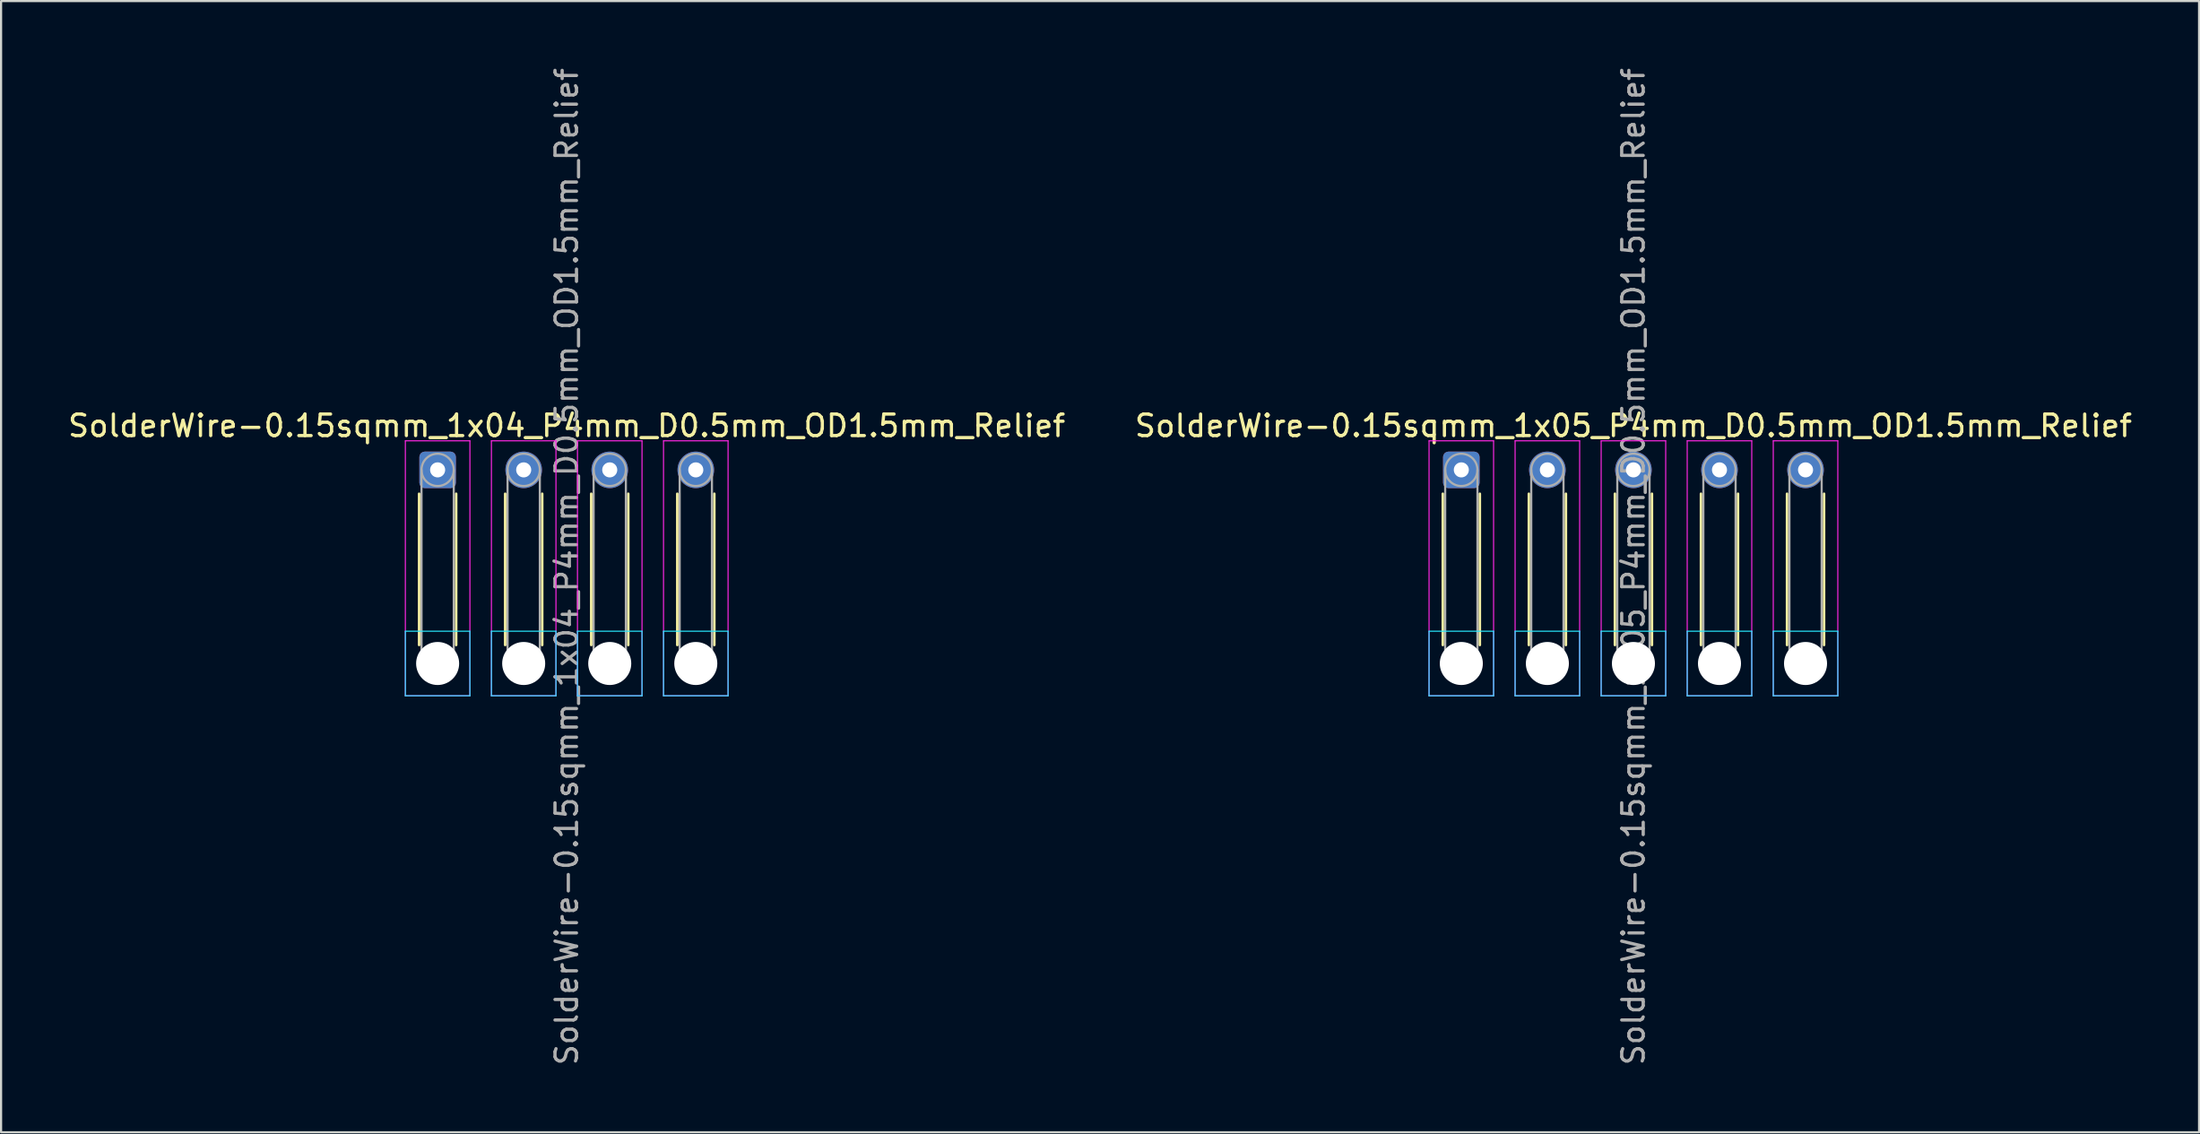
<source format=kicad_pcb>
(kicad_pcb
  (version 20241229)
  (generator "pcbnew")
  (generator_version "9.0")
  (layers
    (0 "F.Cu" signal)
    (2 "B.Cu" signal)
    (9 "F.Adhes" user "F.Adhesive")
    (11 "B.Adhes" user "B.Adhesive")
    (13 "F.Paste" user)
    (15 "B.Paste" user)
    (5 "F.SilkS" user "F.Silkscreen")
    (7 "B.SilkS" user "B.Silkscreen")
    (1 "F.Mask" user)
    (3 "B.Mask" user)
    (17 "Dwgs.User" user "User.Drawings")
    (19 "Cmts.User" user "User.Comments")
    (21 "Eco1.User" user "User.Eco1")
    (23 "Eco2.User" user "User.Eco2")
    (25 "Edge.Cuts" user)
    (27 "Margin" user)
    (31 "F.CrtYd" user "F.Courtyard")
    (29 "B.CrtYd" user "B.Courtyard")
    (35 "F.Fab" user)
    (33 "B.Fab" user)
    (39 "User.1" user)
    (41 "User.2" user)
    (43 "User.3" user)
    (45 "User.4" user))
  (footprint "SolderWire-0.15sqmm_1x04_P4mm_D0.5mm_OD1.5mm_Relief"
    (layer "F.Cu")
    (at 17.292 18.792)
    (property "Reference" "SolderWire-0.15sqmm_1x04_P4mm_D0.5mm_OD1.5mm_Relief" (at 6 -2.05 0) (layer "F.SilkS") (effects (font (size 1 1) (thickness 0.15))))
    (attr exclude_from_pos_files exclude_from_bom)
    (fp_line (start -0.86 1.11) (end -0.86 8.14) (stroke (width 0.12) (type solid)) (layer "F.SilkS"))
    (fp_line (start 0.86 1.11) (end 0.86 8.14) (stroke (width 0.12) (type solid)) (layer "F.SilkS"))
    (fp_line (start 3.14 1.11) (end 3.14 8.14) (stroke (width 0.12) (type solid)) (layer "F.SilkS"))
    (fp_line (start 4.86 1.11) (end 4.86 8.14) (stroke (width 0.12) (type solid)) (layer "F.SilkS"))
    (fp_line (start 7.14 1.11) (end 7.14 8.14) (stroke (width 0.12) (type solid)) (layer "F.SilkS"))
    (fp_line (start 8.86 1.11) (end 8.86 8.14) (stroke (width 0.12) (type solid)) (layer "F.SilkS"))
    (fp_line (start 11.14 1.11) (end 11.14 8.14) (stroke (width 0.12) (type solid)) (layer "F.SilkS"))
    (fp_line (start 12.86 1.11) (end 12.86 8.14) (stroke (width 0.12) (type solid)) (layer "F.SilkS"))
    (fp_line (start -1.5 7.5) (end -1.5 10.5) (stroke (width 0.05) (type solid)) (layer "B.CrtYd"))
    (fp_line (start -1.5 10.5) (end 1.5 10.5) (stroke (width 0.05) (type solid)) (layer "B.CrtYd"))
    (fp_line (start 1.5 7.5) (end -1.5 7.5) (stroke (width 0.05) (type solid)) (layer "B.CrtYd"))
    (fp_line (start 1.5 10.5) (end 1.5 7.5) (stroke (width 0.05) (type solid)) (layer "B.CrtYd"))
    (fp_line (start 2.5 7.5) (end 2.5 10.5) (stroke (width 0.05) (type solid)) (layer "B.CrtYd"))
    (fp_line (start 2.5 10.5) (end 5.5 10.5) (stroke (width 0.05) (type solid)) (layer "B.CrtYd"))
    (fp_line (start 5.5 7.5) (end 2.5 7.5) (stroke (width 0.05) (type solid)) (layer "B.CrtYd"))
    (fp_line (start 5.5 10.5) (end 5.5 7.5) (stroke (width 0.05) (type solid)) (layer "B.CrtYd"))
    (fp_line (start 6.5 7.5) (end 6.5 10.5) (stroke (width 0.05) (type solid)) (layer "B.CrtYd"))
    (fp_line (start 6.5 10.5) (end 9.5 10.5) (stroke (width 0.05) (type solid)) (layer "B.CrtYd"))
    (fp_line (start 9.5 7.5) (end 6.5 7.5) (stroke (width 0.05) (type solid)) (layer "B.CrtYd"))
    (fp_line (start 9.5 10.5) (end 9.5 7.5) (stroke (width 0.05) (type solid)) (layer "B.CrtYd"))
    (fp_line (start 10.5 7.5) (end 10.5 10.5) (stroke (width 0.05) (type solid)) (layer "B.CrtYd"))
    (fp_line (start 10.5 10.5) (end 13.5 10.5) (stroke (width 0.05) (type solid)) (layer "B.CrtYd"))
    (fp_line (start 13.5 7.5) (end 10.5 7.5) (stroke (width 0.05) (type solid)) (layer "B.CrtYd"))
    (fp_line (start 13.5 10.5) (end 13.5 7.5) (stroke (width 0.05) (type solid)) (layer "B.CrtYd"))
    (fp_line (start -1.5 -1.35) (end -1.5 10.5) (stroke (width 0.05) (type solid)) (layer "F.CrtYd"))
    (fp_line (start -1.5 10.5) (end 1.5 10.5) (stroke (width 0.05) (type solid)) (layer "F.CrtYd"))
    (fp_line (start 1.5 -1.35) (end -1.5 -1.35) (stroke (width 0.05) (type solid)) (layer "F.CrtYd"))
    (fp_line (start 1.5 10.5) (end 1.5 -1.35) (stroke (width 0.05) (type solid)) (layer "F.CrtYd"))
    (fp_line (start 2.5 -1.35) (end 2.5 10.5) (stroke (width 0.05) (type solid)) (layer "F.CrtYd"))
    (fp_line (start 2.5 10.5) (end 5.5 10.5) (stroke (width 0.05) (type solid)) (layer "F.CrtYd"))
    (fp_line (start 5.5 -1.35) (end 2.5 -1.35) (stroke (width 0.05) (type solid)) (layer "F.CrtYd"))
    (fp_line (start 5.5 10.5) (end 5.5 -1.35) (stroke (width 0.05) (type solid)) (layer "F.CrtYd"))
    (fp_line (start 6.5 -1.35) (end 6.5 10.5) (stroke (width 0.05) (type solid)) (layer "F.CrtYd"))
    (fp_line (start 6.5 10.5) (end 9.5 10.5) (stroke (width 0.05) (type solid)) (layer "F.CrtYd"))
    (fp_line (start 9.5 -1.35) (end 6.5 -1.35) (stroke (width 0.05) (type solid)) (layer "F.CrtYd"))
    (fp_line (start 9.5 10.5) (end 9.5 -1.35) (stroke (width 0.05) (type solid)) (layer "F.CrtYd"))
    (fp_line (start 10.5 -1.35) (end 10.5 10.5) (stroke (width 0.05) (type solid)) (layer "F.CrtYd"))
    (fp_line (start 10.5 10.5) (end 13.5 10.5) (stroke (width 0.05) (type solid)) (layer "F.CrtYd"))
    (fp_line (start 13.5 -1.35) (end 10.5 -1.35) (stroke (width 0.05) (type solid)) (layer "F.CrtYd"))
    (fp_line (start 13.5 10.5) (end 13.5 -1.35) (stroke (width 0.05) (type solid)) (layer "F.CrtYd"))
    (fp_line (start -0.75 0) (end -0.75 9) (stroke (width 0.1) (type solid)) (layer "F.Fab"))
    (fp_line (start 0.75 0) (end 0.75 9) (stroke (width 0.1) (type solid)) (layer "F.Fab"))
    (fp_line (start 3.25 0) (end 3.25 9) (stroke (width 0.1) (type solid)) (layer "F.Fab"))
    (fp_line (start 4.75 0) (end 4.75 9) (stroke (width 0.1) (type solid)) (layer "F.Fab"))
    (fp_line (start 7.25 0) (end 7.25 9) (stroke (width 0.1) (type solid)) (layer "F.Fab"))
    (fp_line (start 8.75 0) (end 8.75 9) (stroke (width 0.1) (type solid)) (layer "F.Fab"))
    (fp_line (start 11.25 0) (end 11.25 9) (stroke (width 0.1) (type solid)) (layer "F.Fab"))
    (fp_line (start 12.75 0) (end 12.75 9) (stroke (width 0.1) (type solid)) (layer "F.Fab"))
    (fp_circle (center 0 0) (end 0.75 0) (stroke (width 0.1) (type solid)) (fill no) (layer "F.Fab"))
    (fp_circle (center 0 9) (end 0.75 9) (stroke (width 0.1) (type solid)) (fill no) (layer "F.Fab"))
    (fp_circle (center 4 0) (end 4.75 0) (stroke (width 0.1) (type solid)) (fill no) (layer "F.Fab"))
    (fp_circle (center 4 9) (end 4.75 9) (stroke (width 0.1) (type solid)) (fill no) (layer "F.Fab"))
    (fp_circle (center 8 0) (end 8.75 0) (stroke (width 0.1) (type solid)) (fill no) (layer "F.Fab"))
    (fp_circle (center 8 9) (end 8.75 9) (stroke (width 0.1) (type solid)) (fill no) (layer "F.Fab"))
    (fp_circle (center 12 0) (end 12.75 0) (stroke (width 0.1) (type solid)) (fill no) (layer "F.Fab"))
    (fp_circle (center 12 9) (end 12.75 9) (stroke (width 0.1) (type solid)) (fill no) (layer "F.Fab"))
    (fp_text user "${REFERENCE}" (at 6 4.5 90) (layer "F.Fab") (effects (font (size 1 1) (thickness 0.15))))
    (pad "" np_thru_hole circle (at 0 9) (size 2 2) (drill 2) (layers "*.Cu" "*.Mask"))
    (pad "" np_thru_hole circle (at 4 9) (size 2 2) (drill 2) (layers "*.Cu" "*.Mask"))
    (pad "" np_thru_hole circle (at 8 9) (size 2 2) (drill 2) (layers "*.Cu" "*.Mask"))
    (pad "" np_thru_hole circle (at 12 9) (size 2 2) (drill 2) (layers "*.Cu" "*.Mask"))
    (pad "1" thru_hole roundrect (at 0 0) (size 1.7 1.7) (drill 0.7) (layers "*.Cu" "*.Mask") (roundrect_rratio 0.147))
    (pad "2" thru_hole circle (at 4 0) (size 1.7 1.7) (drill 0.7) (layers "*.Cu" "*.Mask"))
    (pad "3" thru_hole circle (at 8 0) (size 1.7 1.7) (drill 0.7) (layers "*.Cu" "*.Mask"))
    (pad "4" thru_hole circle (at 12 0) (size 1.7 1.7) (drill 0.7) (layers "*.Cu" "*.Mask")))
  (footprint "SolderWire-0.15sqmm_1x05_P4mm_D0.5mm_OD1.5mm_Relief"
    (layer "F.Cu")
    (at 64.875 18.792)
    (property "Reference" "SolderWire-0.15sqmm_1x05_P4mm_D0.5mm_OD1.5mm_Relief" (at 8 -2.05 0) (layer "F.SilkS") (effects (font (size 1 1) (thickness 0.15))))
    (attr exclude_from_pos_files exclude_from_bom)
    (fp_line (start -0.86 1.11) (end -0.86 8.14) (stroke (width 0.12) (type solid)) (layer "F.SilkS"))
    (fp_line (start 0.86 1.11) (end 0.86 8.14) (stroke (width 0.12) (type solid)) (layer "F.SilkS"))
    (fp_line (start 3.14 1.11) (end 3.14 8.14) (stroke (width 0.12) (type solid)) (layer "F.SilkS"))
    (fp_line (start 4.86 1.11) (end 4.86 8.14) (stroke (width 0.12) (type solid)) (layer "F.SilkS"))
    (fp_line (start 7.14 1.11) (end 7.14 8.14) (stroke (width 0.12) (type solid)) (layer "F.SilkS"))
    (fp_line (start 8.86 1.11) (end 8.86 8.14) (stroke (width 0.12) (type solid)) (layer "F.SilkS"))
    (fp_line (start 11.14 1.11) (end 11.14 8.14) (stroke (width 0.12) (type solid)) (layer "F.SilkS"))
    (fp_line (start 12.86 1.11) (end 12.86 8.14) (stroke (width 0.12) (type solid)) (layer "F.SilkS"))
    (fp_line (start 15.14 1.11) (end 15.14 8.14) (stroke (width 0.12) (type solid)) (layer "F.SilkS"))
    (fp_line (start 16.86 1.11) (end 16.86 8.14) (stroke (width 0.12) (type solid)) (layer "F.SilkS"))
    (fp_line (start -1.5 7.5) (end -1.5 10.5) (stroke (width 0.05) (type solid)) (layer "B.CrtYd"))
    (fp_line (start -1.5 10.5) (end 1.5 10.5) (stroke (width 0.05) (type solid)) (layer "B.CrtYd"))
    (fp_line (start 1.5 7.5) (end -1.5 7.5) (stroke (width 0.05) (type solid)) (layer "B.CrtYd"))
    (fp_line (start 1.5 10.5) (end 1.5 7.5) (stroke (width 0.05) (type solid)) (layer "B.CrtYd"))
    (fp_line (start 2.5 7.5) (end 2.5 10.5) (stroke (width 0.05) (type solid)) (layer "B.CrtYd"))
    (fp_line (start 2.5 10.5) (end 5.5 10.5) (stroke (width 0.05) (type solid)) (layer "B.CrtYd"))
    (fp_line (start 5.5 7.5) (end 2.5 7.5) (stroke (width 0.05) (type solid)) (layer "B.CrtYd"))
    (fp_line (start 5.5 10.5) (end 5.5 7.5) (stroke (width 0.05) (type solid)) (layer "B.CrtYd"))
    (fp_line (start 6.5 7.5) (end 6.5 10.5) (stroke (width 0.05) (type solid)) (layer "B.CrtYd"))
    (fp_line (start 6.5 10.5) (end 9.5 10.5) (stroke (width 0.05) (type solid)) (layer "B.CrtYd"))
    (fp_line (start 9.5 7.5) (end 6.5 7.5) (stroke (width 0.05) (type solid)) (layer "B.CrtYd"))
    (fp_line (start 9.5 10.5) (end 9.5 7.5) (stroke (width 0.05) (type solid)) (layer "B.CrtYd"))
    (fp_line (start 10.5 7.5) (end 10.5 10.5) (stroke (width 0.05) (type solid)) (layer "B.CrtYd"))
    (fp_line (start 10.5 10.5) (end 13.5 10.5) (stroke (width 0.05) (type solid)) (layer "B.CrtYd"))
    (fp_line (start 13.5 7.5) (end 10.5 7.5) (stroke (width 0.05) (type solid)) (layer "B.CrtYd"))
    (fp_line (start 13.5 10.5) (end 13.5 7.5) (stroke (width 0.05) (type solid)) (layer "B.CrtYd"))
    (fp_line (start 14.5 7.5) (end 14.5 10.5) (stroke (width 0.05) (type solid)) (layer "B.CrtYd"))
    (fp_line (start 14.5 10.5) (end 17.5 10.5) (stroke (width 0.05) (type solid)) (layer "B.CrtYd"))
    (fp_line (start 17.5 7.5) (end 14.5 7.5) (stroke (width 0.05) (type solid)) (layer "B.CrtYd"))
    (fp_line (start 17.5 10.5) (end 17.5 7.5) (stroke (width 0.05) (type solid)) (layer "B.CrtYd"))
    (fp_line (start -1.5 -1.35) (end -1.5 10.5) (stroke (width 0.05) (type solid)) (layer "F.CrtYd"))
    (fp_line (start -1.5 10.5) (end 1.5 10.5) (stroke (width 0.05) (type solid)) (layer "F.CrtYd"))
    (fp_line (start 1.5 -1.35) (end -1.5 -1.35) (stroke (width 0.05) (type solid)) (layer "F.CrtYd"))
    (fp_line (start 1.5 10.5) (end 1.5 -1.35) (stroke (width 0.05) (type solid)) (layer "F.CrtYd"))
    (fp_line (start 2.5 -1.35) (end 2.5 10.5) (stroke (width 0.05) (type solid)) (layer "F.CrtYd"))
    (fp_line (start 2.5 10.5) (end 5.5 10.5) (stroke (width 0.05) (type solid)) (layer "F.CrtYd"))
    (fp_line (start 5.5 -1.35) (end 2.5 -1.35) (stroke (width 0.05) (type solid)) (layer "F.CrtYd"))
    (fp_line (start 5.5 10.5) (end 5.5 -1.35) (stroke (width 0.05) (type solid)) (layer "F.CrtYd"))
    (fp_line (start 6.5 -1.35) (end 6.5 10.5) (stroke (width 0.05) (type solid)) (layer "F.CrtYd"))
    (fp_line (start 6.5 10.5) (end 9.5 10.5) (stroke (width 0.05) (type solid)) (layer "F.CrtYd"))
    (fp_line (start 9.5 -1.35) (end 6.5 -1.35) (stroke (width 0.05) (type solid)) (layer "F.CrtYd"))
    (fp_line (start 9.5 10.5) (end 9.5 -1.35) (stroke (width 0.05) (type solid)) (layer "F.CrtYd"))
    (fp_line (start 10.5 -1.35) (end 10.5 10.5) (stroke (width 0.05) (type solid)) (layer "F.CrtYd"))
    (fp_line (start 10.5 10.5) (end 13.5 10.5) (stroke (width 0.05) (type solid)) (layer "F.CrtYd"))
    (fp_line (start 13.5 -1.35) (end 10.5 -1.35) (stroke (width 0.05) (type solid)) (layer "F.CrtYd"))
    (fp_line (start 13.5 10.5) (end 13.5 -1.35) (stroke (width 0.05) (type solid)) (layer "F.CrtYd"))
    (fp_line (start 14.5 -1.35) (end 14.5 10.5) (stroke (width 0.05) (type solid)) (layer "F.CrtYd"))
    (fp_line (start 14.5 10.5) (end 17.5 10.5) (stroke (width 0.05) (type solid)) (layer "F.CrtYd"))
    (fp_line (start 17.5 -1.35) (end 14.5 -1.35) (stroke (width 0.05) (type solid)) (layer "F.CrtYd"))
    (fp_line (start 17.5 10.5) (end 17.5 -1.35) (stroke (width 0.05) (type solid)) (layer "F.CrtYd"))
    (fp_line (start -0.75 0) (end -0.75 9) (stroke (width 0.1) (type solid)) (layer "F.Fab"))
    (fp_line (start 0.75 0) (end 0.75 9) (stroke (width 0.1) (type solid)) (layer "F.Fab"))
    (fp_line (start 3.25 0) (end 3.25 9) (stroke (width 0.1) (type solid)) (layer "F.Fab"))
    (fp_line (start 4.75 0) (end 4.75 9) (stroke (width 0.1) (type solid)) (layer "F.Fab"))
    (fp_line (start 7.25 0) (end 7.25 9) (stroke (width 0.1) (type solid)) (layer "F.Fab"))
    (fp_line (start 8.75 0) (end 8.75 9) (stroke (width 0.1) (type solid)) (layer "F.Fab"))
    (fp_line (start 11.25 0) (end 11.25 9) (stroke (width 0.1) (type solid)) (layer "F.Fab"))
    (fp_line (start 12.75 0) (end 12.75 9) (stroke (width 0.1) (type solid)) (layer "F.Fab"))
    (fp_line (start 15.25 0) (end 15.25 9) (stroke (width 0.1) (type solid)) (layer "F.Fab"))
    (fp_line (start 16.75 0) (end 16.75 9) (stroke (width 0.1) (type solid)) (layer "F.Fab"))
    (fp_circle (center 0 0) (end 0.75 0) (stroke (width 0.1) (type solid)) (fill no) (layer "F.Fab"))
    (fp_circle (center 0 9) (end 0.75 9) (stroke (width 0.1) (type solid)) (fill no) (layer "F.Fab"))
    (fp_circle (center 4 0) (end 4.75 0) (stroke (width 0.1) (type solid)) (fill no) (layer "F.Fab"))
    (fp_circle (center 4 9) (end 4.75 9) (stroke (width 0.1) (type solid)) (fill no) (layer "F.Fab"))
    (fp_circle (center 8 0) (end 8.75 0) (stroke (width 0.1) (type solid)) (fill no) (layer "F.Fab"))
    (fp_circle (center 8 9) (end 8.75 9) (stroke (width 0.1) (type solid)) (fill no) (layer "F.Fab"))
    (fp_circle (center 12 0) (end 12.75 0) (stroke (width 0.1) (type solid)) (fill no) (layer "F.Fab"))
    (fp_circle (center 12 9) (end 12.75 9) (stroke (width 0.1) (type solid)) (fill no) (layer "F.Fab"))
    (fp_circle (center 16 0) (end 16.75 0) (stroke (width 0.1) (type solid)) (fill no) (layer "F.Fab"))
    (fp_circle (center 16 9) (end 16.75 9) (stroke (width 0.1) (type solid)) (fill no) (layer "F.Fab"))
    (fp_text user "${REFERENCE}" (at 8 4.5 90) (layer "F.Fab") (effects (font (size 1 1) (thickness 0.15))))
    (pad "" np_thru_hole circle (at 0 9) (size 2 2) (drill 2) (layers "*.Cu" "*.Mask"))
    (pad "" np_thru_hole circle (at 4 9) (size 2 2) (drill 2) (layers "*.Cu" "*.Mask"))
    (pad "" np_thru_hole circle (at 8 9) (size 2 2) (drill 2) (layers "*.Cu" "*.Mask"))
    (pad "" np_thru_hole circle (at 12 9) (size 2 2) (drill 2) (layers "*.Cu" "*.Mask"))
    (pad "" np_thru_hole circle (at 16 9) (size 2 2) (drill 2) (layers "*.Cu" "*.Mask"))
    (pad "1" thru_hole roundrect (at 0 0) (size 1.7 1.7) (drill 0.7) (layers "*.Cu" "*.Mask") (roundrect_rratio 0.147))
    (pad "2" thru_hole circle (at 4 0) (size 1.7 1.7) (drill 0.7) (layers "*.Cu" "*.Mask"))
    (pad "3" thru_hole circle (at 8 0) (size 1.7 1.7) (drill 0.7) (layers "*.Cu" "*.Mask"))
    (pad "4" thru_hole circle (at 12 0) (size 1.7 1.7) (drill 0.7) (layers "*.Cu" "*.Mask"))
    (pad "5" thru_hole circle (at 16 0) (size 1.7 1.7) (drill 0.7) (layers "*.Cu" "*.Mask")))
  (gr_rect
    (start -3 -3)
    (end 99.167 49.583)
    (stroke (width 0.1) (type default))
    (fill no)
    (layer "Edge.Cuts")))
</source>
